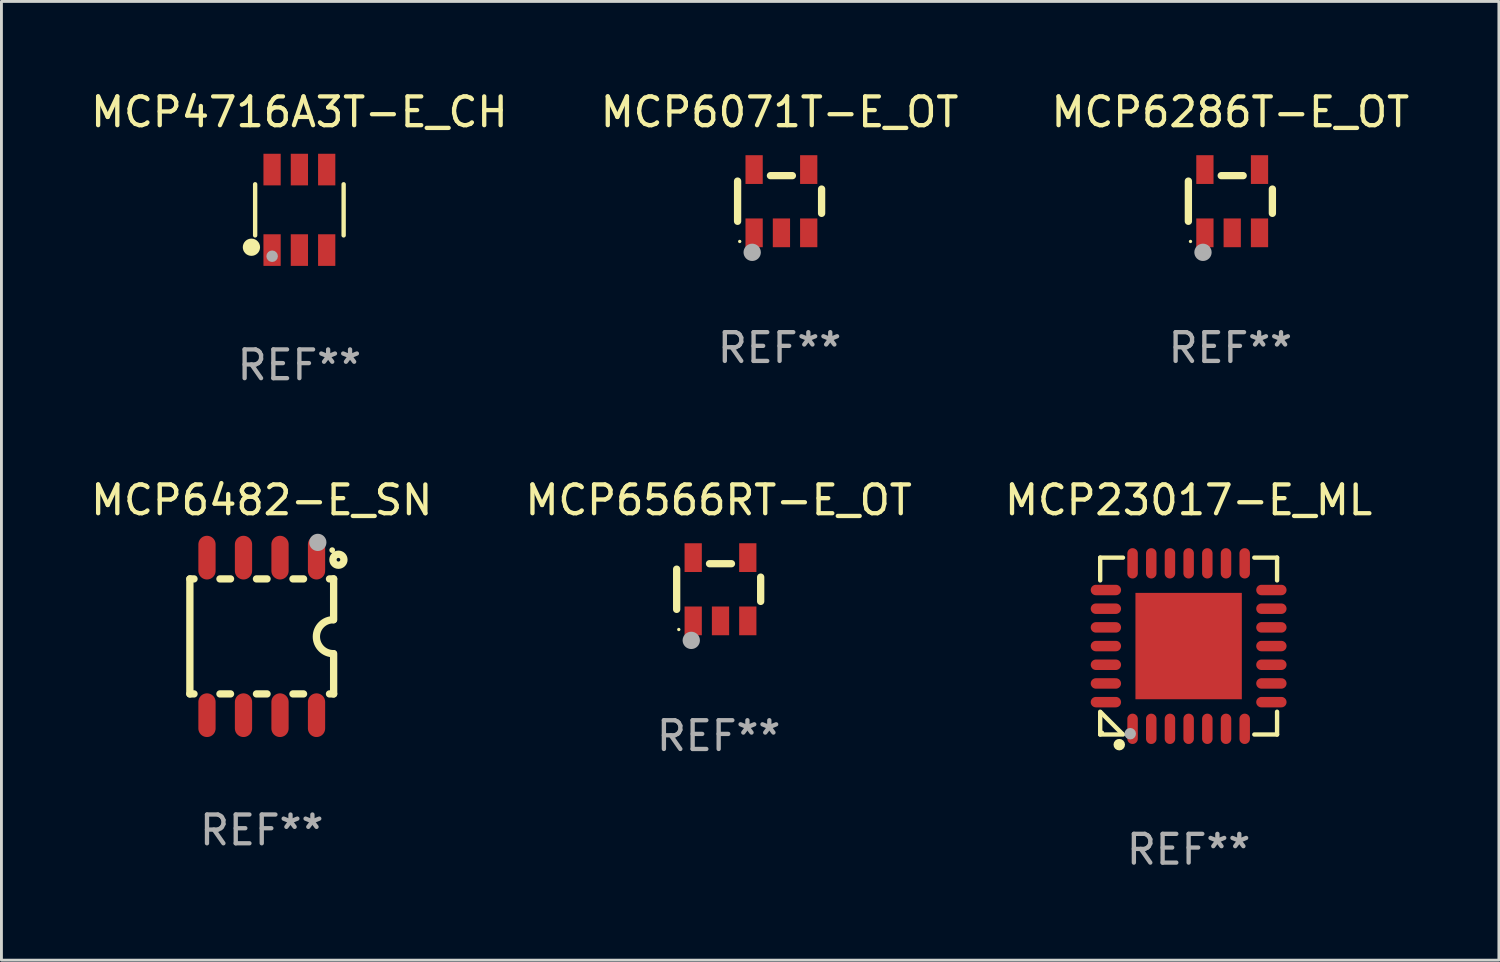
<source format=kicad_pcb>
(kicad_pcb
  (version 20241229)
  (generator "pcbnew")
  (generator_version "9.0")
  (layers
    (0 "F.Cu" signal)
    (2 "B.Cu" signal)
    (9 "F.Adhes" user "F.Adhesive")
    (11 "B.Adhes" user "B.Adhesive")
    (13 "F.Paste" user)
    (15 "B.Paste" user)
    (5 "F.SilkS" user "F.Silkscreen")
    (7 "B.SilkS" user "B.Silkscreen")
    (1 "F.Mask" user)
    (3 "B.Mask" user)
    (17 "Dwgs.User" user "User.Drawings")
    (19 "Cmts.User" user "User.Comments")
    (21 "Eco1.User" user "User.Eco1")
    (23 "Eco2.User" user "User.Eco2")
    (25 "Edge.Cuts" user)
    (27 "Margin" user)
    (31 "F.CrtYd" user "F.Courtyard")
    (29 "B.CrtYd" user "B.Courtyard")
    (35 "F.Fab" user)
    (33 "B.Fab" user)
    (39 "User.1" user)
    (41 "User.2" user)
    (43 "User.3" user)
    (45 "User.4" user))
  (footprint "MCP6566RT-E_OT"
    (layer "F.Cu")
    (at 21.946 17.445)
    (property "Reference" "MCP6566RT-E_OT" (at 0 -3.1 0) (layer "F.SilkS") (effects (font (size 1 1) (thickness 0.15))))
    (attr through_hole)
    (fp_line (start -1.461 -0.699) (end -1.461 0.699) (stroke (width 0.254) (type solid)) (layer "F.SilkS"))
    (fp_line (start -0.318 -0.889) (end 0.445 -0.889) (stroke (width 0.254) (type solid)) (layer "F.SilkS"))
    (fp_line (start 1.461 -0.422) (end 1.461 0.422) (stroke (width 0.254) (type solid)) (layer "F.SilkS"))
    (fp_circle (center -1.387 1.4) (end -1.357 1.4) (stroke (width 0.06) (type solid)) (fill no) (layer "F.SilkS"))
    (fp_circle (center -0.953 1.778) (end -0.802 1.778) (stroke (width 0.3) (type solid)) (fill no) (layer "F.Fab"))
    (fp_text user "REF**" (at 0 5.1 0) (layer "F.Fab") (effects (font (size 1 1) (thickness 0.15))))
    (pad "1" smd rect (at -0.886 1.1) (size 0.6 1) (layers "F.Cu" "F.Mask" "F.Paste"))
    (pad "2" smd rect (at 0.064 1.1) (size 0.6 1) (layers "F.Cu" "F.Mask" "F.Paste"))
    (pad "3" smd rect (at 1.013 1.1) (size 0.6 1) (layers "F.Cu" "F.Mask" "F.Paste"))
    (pad "4" smd rect (at 1.013 -1.1) (size 0.6 1) (layers "F.Cu" "F.Mask" "F.Paste"))
    (pad "5" smd rect (at -0.886 -1.1) (size 0.6 1) (layers "F.Cu" "F.Mask" "F.Paste")))
  (footprint "MCP4716A3T-E_CH"
    (layer "F.Cu")
    (at 7.363 4.248)
    (property "Reference" "MCP4716A3T-E_CH" (at 0 -3.4 0) (layer "F.SilkS") (effects (font (size 1 1) (thickness 0.15))))
    (attr through_hole)
    (fp_line (start -1.539 0.889) (end -1.539 -0.889) (stroke (width 0.152) (type solid)) (layer "F.SilkS"))
    (fp_line (start 1.539 0.889) (end 1.539 -0.889) (stroke (width 0.152) (type solid)) (layer "F.SilkS"))
    (fp_circle (center -1.668 1.301) (end -1.518 1.301) (stroke (width 0.3) (type solid)) (fill no) (layer "F.SilkS"))
    (fp_circle (center -1.467 1.351) (end -1.437 1.351) (stroke (width 0.06) (type solid)) (fill no) (layer "F.SilkS"))
    (fp_circle (center -0.948 1.614) (end -0.848 1.614) (stroke (width 0.2) (type solid)) (fill no) (layer "F.Fab"))
    (fp_text user "REF**" (at 0 5.4 0) (layer "F.Fab") (effects (font (size 1 1) (thickness 0.15))))
    (pad "1" smd rect (at -0.95 1.4) (size 0.6 1.1) (layers "F.Cu" "F.Mask" "F.Paste"))
    (pad "2" smd rect (at 0 1.4) (size 0.6 1.1) (layers "F.Cu" "F.Mask" "F.Paste"))
    (pad "3" smd rect (at 0.95 1.4) (size 0.6 1.1) (layers "F.Cu" "F.Mask" "F.Paste"))
    (pad "4" smd rect (at 0.95 -1.4) (size 0.6 1.1) (layers "F.Cu" "F.Mask" "F.Paste"))
    (pad "5" smd rect (at 0 -1.4) (size 0.6 1.1) (layers "F.Cu" "F.Mask" "F.Paste"))
    (pad "6" smd rect (at -0.95 -1.4) (size 0.6 1.1) (layers "F.Cu" "F.Mask" "F.Paste")))
  (footprint "MCP6482-E_SN"
    (layer "F.Cu")
    (at 6.054 19.085)
    (property "Reference" "MCP6482-E_SN" (at 0 -4.74 0) (layer "F.SilkS") (effects (font (size 1 1) (thickness 0.15))))
    (attr through_hole)
    (fp_line (start -2.5 2) (end -2.5 -2) (stroke (width 0.254) (type solid)) (layer "F.SilkS"))
    (fp_line (start -2.356 -2) (end -2.5 -2) (stroke (width 0.254) (type solid)) (layer "F.SilkS"))
    (fp_line (start -2.356 2) (end -2.5 2) (stroke (width 0.254) (type solid)) (layer "F.SilkS"))
    (fp_line (start -1.086 -2) (end -1.454 -2) (stroke (width 0.254) (type solid)) (layer "F.SilkS"))
    (fp_line (start -1.086 2) (end -1.454 2) (stroke (width 0.254) (type solid)) (layer "F.SilkS"))
    (fp_line (start 0.184 -2) (end -0.184 -2) (stroke (width 0.254) (type solid)) (layer "F.SilkS"))
    (fp_line (start 0.184 2) (end -0.184 2) (stroke (width 0.254) (type solid)) (layer "F.SilkS"))
    (fp_line (start 1.454 -2) (end 1.086 -2) (stroke (width 0.254) (type solid)) (layer "F.SilkS"))
    (fp_line (start 1.454 2) (end 1.086 2) (stroke (width 0.254) (type solid)) (layer "F.SilkS"))
    (fp_line (start 2.5 -2) (end 2.356 -2) (stroke (width 0.254) (type solid)) (layer "F.SilkS"))
    (fp_line (start 2.5 -0.58) (end 2.5 -2) (stroke (width 0.254) (type solid)) (layer "F.SilkS"))
    (fp_line (start 2.5 2) (end 2.356 2) (stroke (width 0.254) (type solid)) (layer "F.SilkS"))
    (fp_line (start 2.5 2) (end 2.5 0.6) (stroke (width 0.254) (type solid)) (layer "F.SilkS"))
    (fp_arc (start 2.489992 0.600051) (mid 1.901674 0.010046) (end 2.489992 -0.579959) (stroke (width 0.254001) (type solid)) (layer "F.SilkS"))
    (fp_circle (center 2.45 -3) (end 2.5 -3) (stroke (width 0.1) (type solid)) (fill no) (layer "F.SilkS"))
    (fp_circle (center 2.667 -2.667) (end 2.858 -2.667) (stroke (width 0.254) (type solid)) (fill no) (layer "F.SilkS"))
    (fp_circle (center 1.95 -3.27) (end 2.1 -3.27) (stroke (width 0.3) (type solid)) (fill no) (layer "F.Fab"))
    (fp_text user "REF**" (at 0 6.74 0) (layer "F.Fab") (effects (font (size 1 1) (thickness 0.15))))
    (pad "1" smd oval (at 1.905 -2.74) (size 0.6 1.52) (layers "F.Cu" "F.Mask" "F.Paste"))
    (pad "2" smd oval (at 0.635 -2.74) (size 0.6 1.52) (layers "F.Cu" "F.Mask" "F.Paste"))
    (pad "3" smd oval (at -0.635 -2.74) (size 0.6 1.52) (layers "F.Cu" "F.Mask" "F.Paste"))
    (pad "4" smd oval (at -1.905 -2.74) (size 0.6 1.52) (layers "F.Cu" "F.Mask" "F.Paste"))
    (pad "5" smd oval (at -1.905 2.74) (size 0.6 1.52) (layers "F.Cu" "F.Mask" "F.Paste"))
    (pad "6" smd oval (at -0.635 2.74) (size 0.6 1.52) (layers "F.Cu" "F.Mask" "F.Paste"))
    (pad "7" smd oval (at 0.635 2.74) (size 0.6 1.52) (layers "F.Cu" "F.Mask" "F.Paste"))
    (pad "8" smd oval (at 1.905 2.74) (size 0.6 1.52) (layers "F.Cu" "F.Mask" "F.Paste")))
  (footprint "MCP23017-E_ML"
    (layer "F.Cu")
    (at 38.292 19.421)
    (property "Reference" "MCP23017-E_ML" (at 0 -5.076 0) (layer "F.SilkS") (effects (font (size 1 1) (thickness 0.15))))
    (attr through_hole)
    (fp_line (start -3.076 -3.076) (end -3.076 -2.284) (stroke (width 0.152) (type solid)) (layer "F.SilkS"))
    (fp_line (start -3.076 3.076) (end -3.076 2.284) (stroke (width 0.152) (type solid)) (layer "F.SilkS"))
    (fp_line (start -3.049 2.311) (end -2.311 3.049) (stroke (width 0.152) (type solid)) (layer "F.SilkS"))
    (fp_line (start -2.284 -3.076) (end -3.076 -3.076) (stroke (width 0.152) (type solid)) (layer "F.SilkS"))
    (fp_line (start -2.284 3.076) (end -3.076 3.076) (stroke (width 0.152) (type solid)) (layer "F.SilkS"))
    (fp_line (start 2.284 -3.076) (end 3.076 -3.076) (stroke (width 0.152) (type solid)) (layer "F.SilkS"))
    (fp_line (start 2.284 3.076) (end 3.076 3.076) (stroke (width 0.152) (type solid)) (layer "F.SilkS"))
    (fp_line (start 3.076 -3.076) (end 3.076 -2.284) (stroke (width 0.152) (type solid)) (layer "F.SilkS"))
    (fp_line (start 3.076 3.076) (end 3.076 2.284) (stroke (width 0.152) (type solid)) (layer "F.SilkS"))
    (fp_circle (center -3 3) (end -2.97 3) (stroke (width 0.06) (type solid)) (fill no) (layer "F.SilkS"))
    (fp_circle (center -2.413 3.429) (end -2.313 3.429) (stroke (width 0.2) (type solid)) (fill no) (layer "F.SilkS"))
    (fp_circle (center -2.032 3.048) (end -1.932 3.048) (stroke (width 0.2) (type solid)) (fill no) (layer "F.Fab"))
    (fp_text user "REF**" (at 0 7.076 0) (layer "F.Fab") (effects (font (size 1 1) (thickness 0.15))))
    (pad "1" smd oval (at -1.95 2.878) (size 0.364 1.055) (layers "F.Cu" "F.Mask" "F.Paste"))
    (pad "2" smd oval (at -1.3 2.878) (size 0.364 1.055) (layers "F.Cu" "F.Mask" "F.Paste"))
    (pad "3" smd oval (at -0.65 2.878) (size 0.364 1.055) (layers "F.Cu" "F.Mask" "F.Paste"))
    (pad "4" smd oval (at 0 2.878) (size 0.364 1.055) (layers "F.Cu" "F.Mask" "F.Paste"))
    (pad "5" smd oval (at 0.65 2.878) (size 0.364 1.055) (layers "F.Cu" "F.Mask" "F.Paste"))
    (pad "6" smd oval (at 1.3 2.878) (size 0.364 1.055) (layers "F.Cu" "F.Mask" "F.Paste"))
    (pad "7" smd oval (at 1.95 2.878) (size 0.364 1.055) (layers "F.Cu" "F.Mask" "F.Paste"))
    (pad "8" smd oval (at 2.878 1.95) (size 1.055 0.364) (layers "F.Cu" "F.Mask" "F.Paste"))
    (pad "9" smd oval (at 2.878 1.3) (size 1.055 0.364) (layers "F.Cu" "F.Mask" "F.Paste"))
    (pad "10" smd oval (at 2.878 0.65) (size 1.055 0.364) (layers "F.Cu" "F.Mask" "F.Paste"))
    (pad "11" smd oval (at 2.878 0) (size 1.055 0.364) (layers "F.Cu" "F.Mask" "F.Paste"))
    (pad "12" smd oval (at 2.878 -0.65) (size 1.055 0.364) (layers "F.Cu" "F.Mask" "F.Paste"))
    (pad "13" smd oval (at 2.878 -1.3) (size 1.055 0.364) (layers "F.Cu" "F.Mask" "F.Paste"))
    (pad "14" smd oval (at 2.878 -1.95) (size 1.055 0.364) (layers "F.Cu" "F.Mask" "F.Paste"))
    (pad "15" smd oval (at 1.95 -2.878) (size 0.364 1.055) (layers "F.Cu" "F.Mask" "F.Paste"))
    (pad "16" smd oval (at 1.3 -2.878) (size 0.364 1.055) (layers "F.Cu" "F.Mask" "F.Paste"))
    (pad "17" smd oval (at 0.65 -2.878) (size 0.364 1.055) (layers "F.Cu" "F.Mask" "F.Paste"))
    (pad "18" smd oval (at 0 -2.878) (size 0.364 1.055) (layers "F.Cu" "F.Mask" "F.Paste"))
    (pad "19" smd oval (at -0.65 -2.878) (size 0.364 1.055) (layers "F.Cu" "F.Mask" "F.Paste"))
    (pad "20" smd oval (at -1.3 -2.878) (size 0.364 1.055) (layers "F.Cu" "F.Mask" "F.Paste"))
    (pad "21" smd oval (at -1.95 -2.878) (size 0.364 1.055) (layers "F.Cu" "F.Mask" "F.Paste"))
    (pad "22" smd oval (at -2.878 -1.95) (size 1.055 0.364) (layers "F.Cu" "F.Mask" "F.Paste"))
    (pad "23" smd oval (at -2.878 -1.3) (size 1.055 0.364) (layers "F.Cu" "F.Mask" "F.Paste"))
    (pad "24" smd oval (at -2.878 -0.65) (size 1.055 0.364) (layers "F.Cu" "F.Mask" "F.Paste"))
    (pad "25" smd oval (at -2.878 0) (size 1.055 0.364) (layers "F.Cu" "F.Mask" "F.Paste"))
    (pad "26" smd oval (at -2.878 0.65) (size 1.055 0.364) (layers "F.Cu" "F.Mask" "F.Paste"))
    (pad "27" smd oval (at -2.878 1.3) (size 1.055 0.364) (layers "F.Cu" "F.Mask" "F.Paste"))
    (pad "28" smd oval (at -2.878 1.95) (size 1.055 0.364) (layers "F.Cu" "F.Mask" "F.Paste"))
    (pad "29" smd rect (at 0 0) (size 3.7 3.7) (layers "F.Cu" "F.Mask" "F.Paste")))
  (footprint "MCP6071T-E_OT"
    (layer "F.Cu")
    (at 24.065 3.948)
    (property "Reference" "MCP6071T-E_OT" (at 0 -3.1 0) (layer "F.SilkS") (effects (font (size 1 1) (thickness 0.15))))
    (attr through_hole)
    (fp_line (start -1.461 -0.699) (end -1.461 0.699) (stroke (width 0.254) (type solid)) (layer "F.SilkS"))
    (fp_line (start -0.318 -0.889) (end 0.445 -0.889) (stroke (width 0.254) (type solid)) (layer "F.SilkS"))
    (fp_line (start 1.461 -0.422) (end 1.461 0.422) (stroke (width 0.254) (type solid)) (layer "F.SilkS"))
    (fp_circle (center -1.387 1.4) (end -1.357 1.4) (stroke (width 0.06) (type solid)) (fill no) (layer "F.SilkS"))
    (fp_circle (center -0.953 1.778) (end -0.802 1.778) (stroke (width 0.3) (type solid)) (fill no) (layer "F.Fab"))
    (fp_text user "REF**" (at 0 5.1 0) (layer "F.Fab") (effects (font (size 1 1) (thickness 0.15))))
    (pad "1" smd rect (at -0.886 1.1) (size 0.6 1) (layers "F.Cu" "F.Mask" "F.Paste"))
    (pad "2" smd rect (at 0.064 1.1) (size 0.6 1) (layers "F.Cu" "F.Mask" "F.Paste"))
    (pad "3" smd rect (at 1.013 1.1) (size 0.6 1) (layers "F.Cu" "F.Mask" "F.Paste"))
    (pad "4" smd rect (at 1.013 -1.1) (size 0.6 1) (layers "F.Cu" "F.Mask" "F.Paste"))
    (pad "5" smd rect (at -0.886 -1.1) (size 0.6 1) (layers "F.Cu" "F.Mask" "F.Paste")))
  (footprint "MCP6286T-E_OT"
    (layer "F.Cu")
    (at 39.744 3.948)
    (property "Reference" "MCP6286T-E_OT" (at 0 -3.1 0) (layer "F.SilkS") (effects (font (size 1 1) (thickness 0.15))))
    (attr through_hole)
    (fp_line (start -1.461 -0.699) (end -1.461 0.699) (stroke (width 0.254) (type solid)) (layer "F.SilkS"))
    (fp_line (start -0.318 -0.889) (end 0.445 -0.889) (stroke (width 0.254) (type solid)) (layer "F.SilkS"))
    (fp_line (start 1.461 -0.422) (end 1.461 0.422) (stroke (width 0.254) (type solid)) (layer "F.SilkS"))
    (fp_circle (center -1.387 1.4) (end -1.357 1.4) (stroke (width 0.06) (type solid)) (fill no) (layer "F.SilkS"))
    (fp_circle (center -0.953 1.778) (end -0.802 1.778) (stroke (width 0.3) (type solid)) (fill no) (layer "F.Fab"))
    (fp_text user "REF**" (at 0 5.1 0) (layer "F.Fab") (effects (font (size 1 1) (thickness 0.15))))
    (pad "1" smd rect (at -0.886 1.1) (size 0.6 1) (layers "F.Cu" "F.Mask" "F.Paste"))
    (pad "2" smd rect (at 0.064 1.1) (size 0.6 1) (layers "F.Cu" "F.Mask" "F.Paste"))
    (pad "3" smd rect (at 1.013 1.1) (size 0.6 1) (layers "F.Cu" "F.Mask" "F.Paste"))
    (pad "4" smd rect (at 1.013 -1.1) (size 0.6 1) (layers "F.Cu" "F.Mask" "F.Paste"))
    (pad "5" smd rect (at -0.886 -1.1) (size 0.6 1) (layers "F.Cu" "F.Mask" "F.Paste")))
  (gr_rect
    (start -3 -3)
    (end 49.083 30.346)
    (stroke (width 0.1) (type default))
    (fill no)
    (layer "Edge.Cuts")))
</source>
